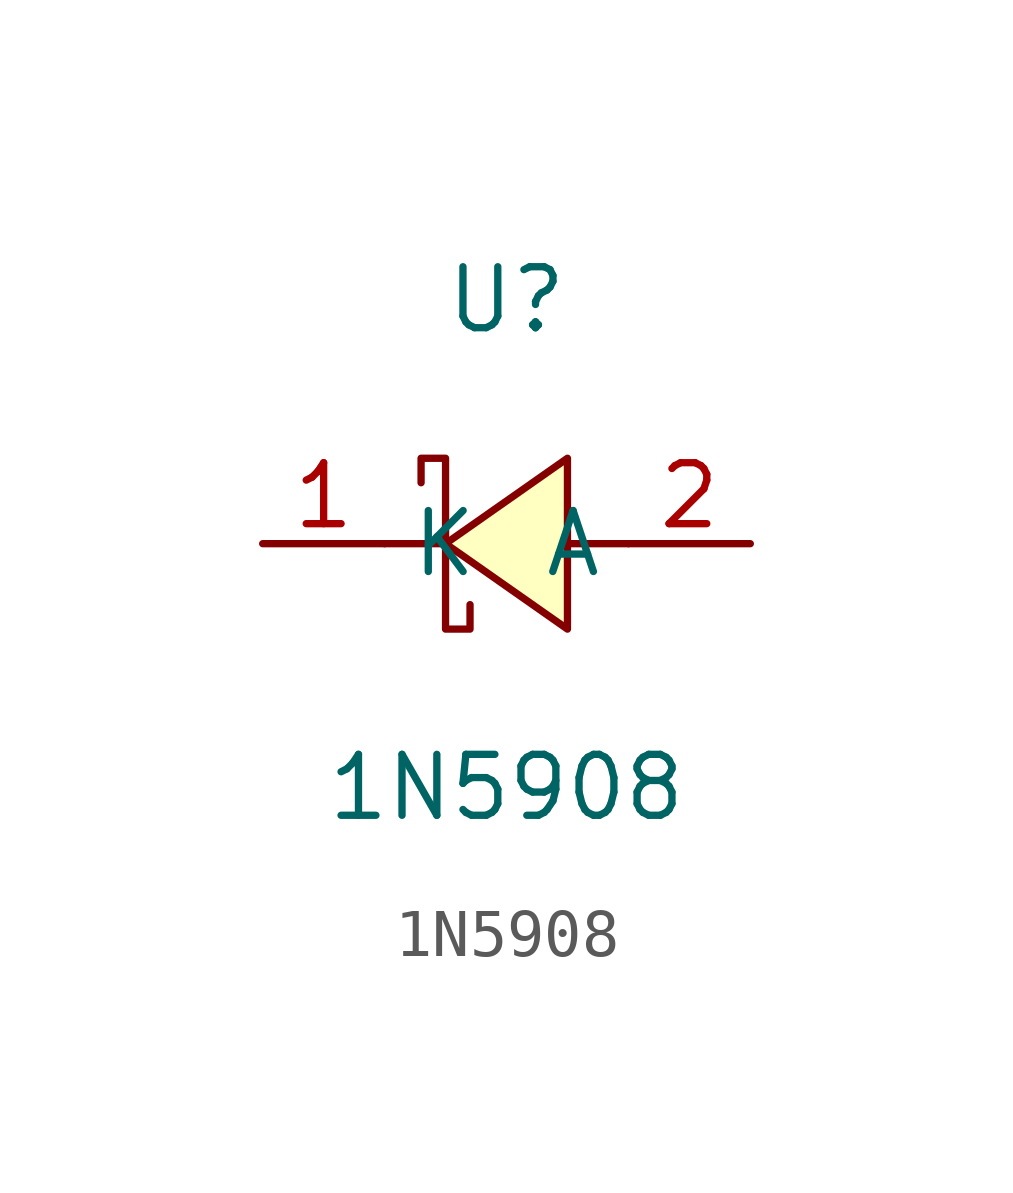
<source format=kicad_sym>
(kicad_symbol_lib
  (version 1)
  (generator "faebryk")
  (symbol "1N5908"
    (property "Reference" "U"
      (at 0 5.08 0)
      (effects (font (size 1.27 1.27)) (hide no)))
    (property "Value" "1N5908"
      (at 0 -5.08 0)
      (effects (font (size 1.27 1.27)) (hide no)))
    (symbol "1N5908_0_1"
      (polyline (stroke (width 0) (type default) (color 0 0 0 0)) (fill (type background)) (pts (xy 1.27 1.78) (xy -1.27 0) (xy 1.27 -1.78) (xy 1.27 1.78)))
      (polyline (stroke (width 0) (type default) (color 0 0 0 0)) (fill (type none)) (pts (xy -1.78 1.27) (xy -1.78 1.78) (xy -1.27 1.78) (xy -1.27 -1.78) (xy -0.76 -1.78) (xy -0.76 -1.27)))
      (polyline (stroke (width 0) (type default) (color 0 0 0 0)) (fill (type none)) (pts (xy 2.54 0) (xy 1.27 0)))
      (polyline (stroke (width 0) (type default) (color 0 0 0 0)) (fill (type none)) (pts (xy -1.27 0) (xy -2.54 0)))
      (pin unspecified line (at 5.08 0 180) (length 2.54) (name "A" (effects (font (size 1.27 1.27)) (hide no))) (number "2" (effects (font (size 1.27 1.27)) (hide no))))
      (pin unspecified line (at -5.08 0 0) (length 2.54) (name "K" (effects (font (size 1.27 1.27)) (hide no))) (number "1" (effects (font (size 1.27 1.27)) (hide no)))))))
</source>
